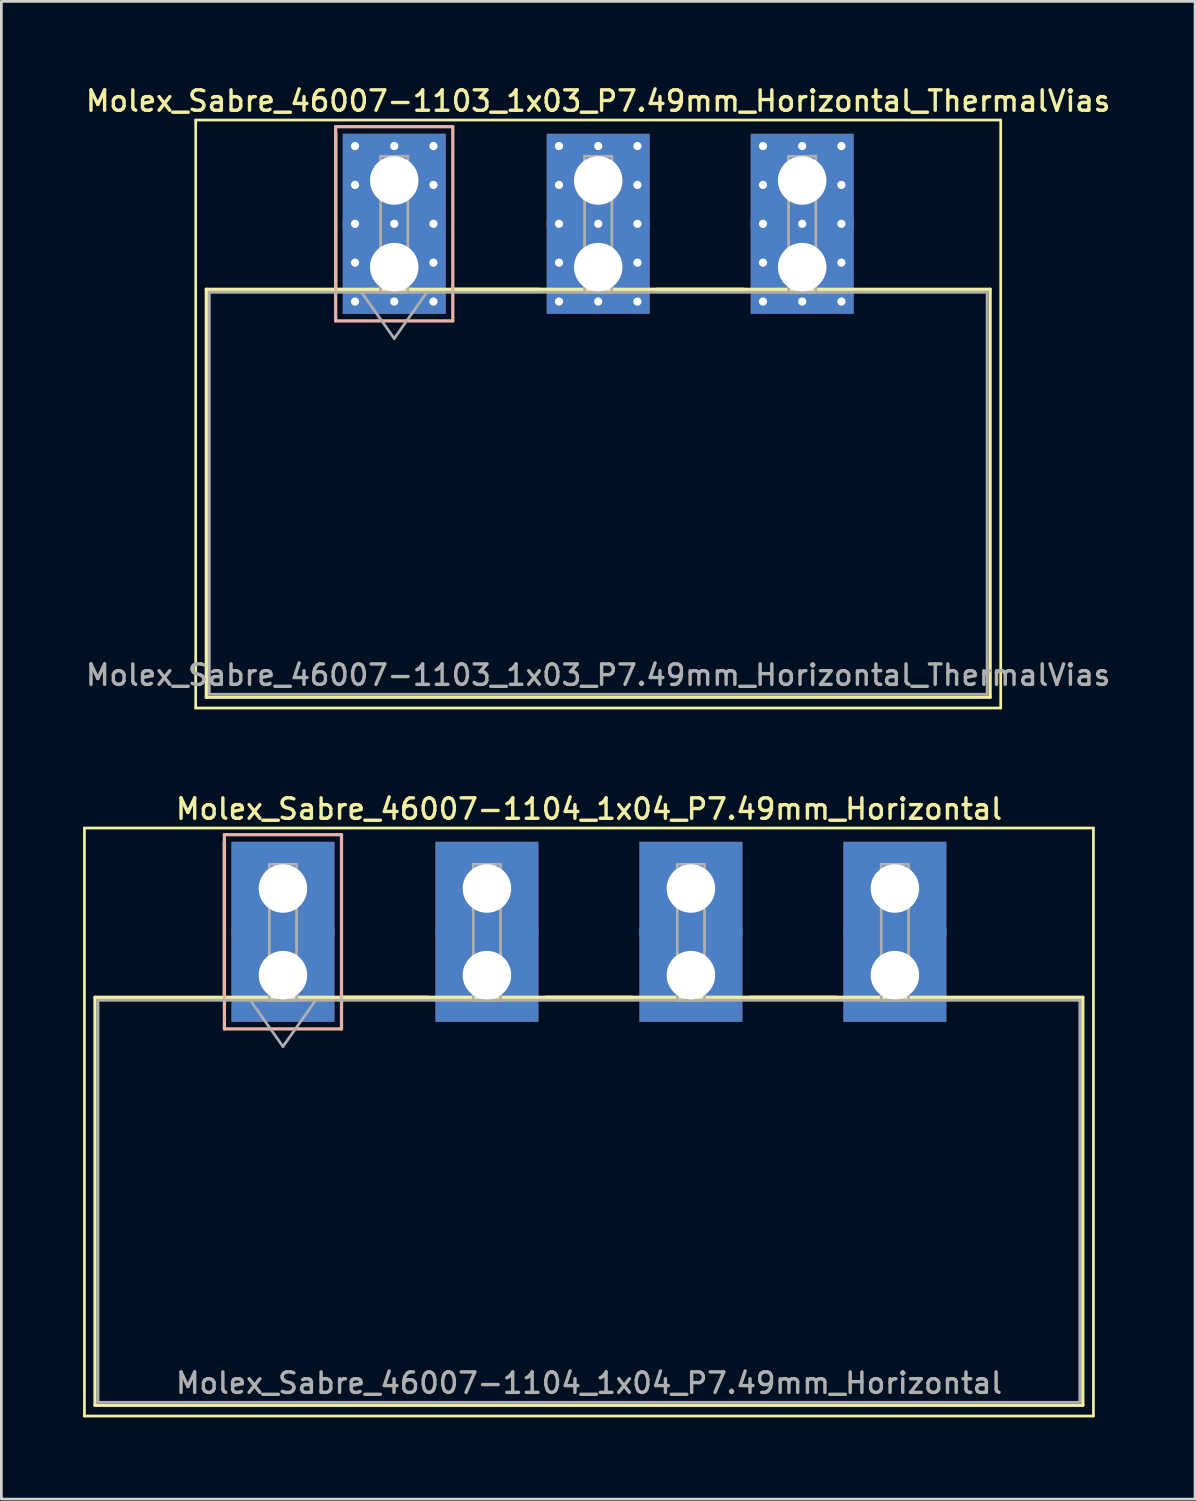
<source format=kicad_pcb>
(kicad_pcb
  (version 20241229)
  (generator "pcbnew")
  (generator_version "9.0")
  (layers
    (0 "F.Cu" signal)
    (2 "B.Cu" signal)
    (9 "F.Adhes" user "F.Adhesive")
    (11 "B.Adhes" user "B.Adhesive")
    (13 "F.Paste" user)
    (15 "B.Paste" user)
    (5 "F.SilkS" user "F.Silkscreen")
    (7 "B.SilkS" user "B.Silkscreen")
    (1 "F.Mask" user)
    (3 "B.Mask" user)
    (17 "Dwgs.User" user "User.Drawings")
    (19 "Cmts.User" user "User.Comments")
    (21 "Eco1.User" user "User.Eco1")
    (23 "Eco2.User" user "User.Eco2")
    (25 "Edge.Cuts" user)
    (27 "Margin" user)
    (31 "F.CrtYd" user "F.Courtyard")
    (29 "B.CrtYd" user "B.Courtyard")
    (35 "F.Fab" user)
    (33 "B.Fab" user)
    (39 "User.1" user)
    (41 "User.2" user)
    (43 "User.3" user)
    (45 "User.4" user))
  (footprint "Molex_Sabre_46007-1104_1x04_P7.49mm_Horizontal"
    (layer "F.Cu")
    (at 7.34 32.756)
    (property "Reference" "Molex_Sabre_46007-1104_1x04_P7.49mm_Horizontal" (at 11.24 -6.1 0) (layer "F.SilkS") (effects (font (size 0.75 0.75) (thickness 0.125))))
    (attr through_hole)
    (fp_line (start -7.29 -5.4) (end -7.29 16.19) (stroke (width 0.1) (type solid)) (layer "F.SilkS"))
    (fp_line (start -7.29 16.19) (end 29.76 16.19) (stroke (width 0.1) (type solid)) (layer "F.SilkS"))
    (fp_line (start -6.9 0.815) (end -6.9 15.795) (stroke (width 0.12) (type solid)) (layer "F.SilkS"))
    (fp_line (start -6.9 15.795) (end 29.37 15.795) (stroke (width 0.12) (type solid)) (layer "F.SilkS"))
    (fp_line (start -2.15 0.815) (end -2.15 -4.895) (stroke (width 0.12) (type solid)) (layer "F.SilkS"))
    (fp_line (start 2.15 0.815) (end 5.34 0.815) (stroke (width 0.12) (type solid)) (layer "F.SilkS"))
    (fp_line (start 9.64 0.815) (end 12.83 0.815) (stroke (width 0.12) (type solid)) (layer "F.SilkS"))
    (fp_line (start 17.13 0.815) (end 20.32 0.815) (stroke (width 0.12) (type solid)) (layer "F.SilkS"))
    (fp_line (start 29.37 0.815) (end -6.9 0.815) (stroke (width 0.12) (type solid)) (layer "F.SilkS"))
    (fp_line (start 29.37 15.795) (end 29.37 0.815) (stroke (width 0.12) (type solid)) (layer "F.SilkS"))
    (fp_line (start 29.76 -5.4) (end -7.29 -5.4) (stroke (width 0.1) (type solid)) (layer "F.SilkS"))
    (fp_line (start 29.76 16.19) (end 29.76 -5.4) (stroke (width 0.1) (type solid)) (layer "F.SilkS"))
    (fp_line (start -2.15 -5.155) (end -2.15 1.975) (stroke (width 0.12) (type solid)) (layer "B.SilkS"))
    (fp_line (start -2.15 1.975) (end 2.15 1.975) (stroke (width 0.12) (type solid)) (layer "B.SilkS"))
    (fp_line (start 2.15 -5.155) (end -2.15 -5.155) (stroke (width 0.12) (type solid)) (layer "B.SilkS"))
    (fp_line (start 2.15 1.975) (end 2.15 -5.155) (stroke (width 0.12) (type solid)) (layer "B.SilkS"))
    (fp_line (start -6.79 0.925) (end -6.79 15.685) (stroke (width 0.1) (type solid)) (layer "F.Fab"))
    (fp_line (start -6.79 15.685) (end 29.26 15.685) (stroke (width 0.1) (type solid)) (layer "F.Fab"))
    (fp_line (start -1.2 0.925) (end 0 2.622) (stroke (width 0.1) (type solid)) (layer "F.Fab"))
    (fp_line (start -0.5 -4.07) (end 0.5 -4.07) (stroke (width 0.1) (type solid)) (layer "F.Fab"))
    (fp_line (start -0.5 0.925) (end -0.5 -4.07) (stroke (width 0.1) (type solid)) (layer "F.Fab"))
    (fp_line (start 0 2.622) (end 1.2 0.925) (stroke (width 0.1) (type solid)) (layer "F.Fab"))
    (fp_line (start 0.5 -4.07) (end 0.5 0.925) (stroke (width 0.1) (type solid)) (layer "F.Fab"))
    (fp_line (start 0.5 0.925) (end -0.5 0.925) (stroke (width 0.1) (type solid)) (layer "F.Fab"))
    (fp_line (start 6.99 -4.07) (end 7.99 -4.07) (stroke (width 0.1) (type solid)) (layer "F.Fab"))
    (fp_line (start 6.99 0.925) (end 6.99 -4.07) (stroke (width 0.1) (type solid)) (layer "F.Fab"))
    (fp_line (start 7.99 -4.07) (end 7.99 0.925) (stroke (width 0.1) (type solid)) (layer "F.Fab"))
    (fp_line (start 7.99 0.925) (end 6.99 0.925) (stroke (width 0.1) (type solid)) (layer "F.Fab"))
    (fp_line (start 14.48 -4.07) (end 15.48 -4.07) (stroke (width 0.1) (type solid)) (layer "F.Fab"))
    (fp_line (start 14.48 0.925) (end 14.48 -4.07) (stroke (width 0.1) (type solid)) (layer "F.Fab"))
    (fp_line (start 15.48 -4.07) (end 15.48 0.925) (stroke (width 0.1) (type solid)) (layer "F.Fab"))
    (fp_line (start 15.48 0.925) (end 14.48 0.925) (stroke (width 0.1) (type solid)) (layer "F.Fab"))
    (fp_line (start 21.97 -4.07) (end 22.97 -4.07) (stroke (width 0.1) (type solid)) (layer "F.Fab"))
    (fp_line (start 21.97 0.925) (end 21.97 -4.07) (stroke (width 0.1) (type solid)) (layer "F.Fab"))
    (fp_line (start 22.97 -4.07) (end 22.97 0.925) (stroke (width 0.1) (type solid)) (layer "F.Fab"))
    (fp_line (start 22.97 0.925) (end 21.97 0.925) (stroke (width 0.1) (type solid)) (layer "F.Fab"))
    (fp_line (start 29.26 0.925) (end -6.79 0.925) (stroke (width 0.1) (type solid)) (layer "F.Fab"))
    (fp_line (start 29.26 15.685) (end 29.26 0.925) (stroke (width 0.1) (type solid)) (layer "F.Fab"))
    (fp_text user "${REFERENCE}" (at 11.24 14.98 0) (layer "F.Fab") (effects (font (size 0.75 0.75) (thickness 0.125))))
    (pad "1" thru_hole rect (at 0 -3.18) (size 3.78 3.43) (drill 1.78) (layers "*.Cu" "*.Mask"))
    (pad "1" thru_hole rect (at 0 0) (size 3.78 3.43) (drill 1.78) (layers "*.Cu" "*.Mask"))
    (pad "2" thru_hole rect (at 7.49 -3.18) (size 3.78 3.43) (drill 1.78) (layers "*.Cu" "*.Mask"))
    (pad "2" thru_hole rect (at 7.49 0) (size 3.78 3.43) (drill 1.78) (layers "*.Cu" "*.Mask"))
    (pad "3" thru_hole rect (at 14.98 -3.18) (size 3.78 3.43) (drill 1.78) (layers "*.Cu" "*.Mask"))
    (pad "3" thru_hole rect (at 14.98 0) (size 3.78 3.43) (drill 1.78) (layers "*.Cu" "*.Mask"))
    (pad "4" thru_hole rect (at 22.47 -3.18) (size 3.78 3.43) (drill 1.78) (layers "*.Cu" "*.Mask"))
    (pad "4" thru_hole rect (at 22.47 0) (size 3.78 3.43) (drill 1.78) (layers "*.Cu" "*.Mask")))
  (footprint "Molex_Sabre_46007-1103_1x03_P7.49mm_Horizontal_ThermalVias"
    (layer "F.Cu")
    (at 11.426 6.758)
    (property "Reference" "Molex_Sabre_46007-1103_1x03_P7.49mm_Horizontal_ThermalVias" (at 7.49 -6.1 0) (layer "F.SilkS") (effects (font (size 0.75 0.75) (thickness 0.125))))
    (attr through_hole)
    (fp_line (start -7.29 -5.4) (end -7.29 16.19) (stroke (width 0.1) (type solid)) (layer "F.SilkS"))
    (fp_line (start -7.29 16.19) (end 22.27 16.19) (stroke (width 0.1) (type solid)) (layer "F.SilkS"))
    (fp_line (start -6.9 0.815) (end -6.9 15.795) (stroke (width 0.12) (type solid)) (layer "F.SilkS"))
    (fp_line (start -6.9 15.795) (end 21.88 15.795) (stroke (width 0.12) (type solid)) (layer "F.SilkS"))
    (fp_line (start -2.15 0.815) (end -2.15 -4.895) (stroke (width 0.12) (type solid)) (layer "F.SilkS"))
    (fp_line (start 2.15 0.815) (end 5.34 0.815) (stroke (width 0.12) (type solid)) (layer "F.SilkS"))
    (fp_line (start 9.64 0.815) (end 12.83 0.815) (stroke (width 0.12) (type solid)) (layer "F.SilkS"))
    (fp_line (start 21.88 0.815) (end -6.9 0.815) (stroke (width 0.12) (type solid)) (layer "F.SilkS"))
    (fp_line (start 21.88 15.795) (end 21.88 0.815) (stroke (width 0.12) (type solid)) (layer "F.SilkS"))
    (fp_line (start 22.27 -5.4) (end -7.29 -5.4) (stroke (width 0.1) (type solid)) (layer "F.SilkS"))
    (fp_line (start 22.27 16.19) (end 22.27 -5.4) (stroke (width 0.1) (type solid)) (layer "F.SilkS"))
    (fp_line (start -2.15 -5.155) (end -2.15 1.975) (stroke (width 0.12) (type solid)) (layer "B.SilkS"))
    (fp_line (start -2.15 1.975) (end 2.15 1.975) (stroke (width 0.12) (type solid)) (layer "B.SilkS"))
    (fp_line (start 2.15 -5.155) (end -2.15 -5.155) (stroke (width 0.12) (type solid)) (layer "B.SilkS"))
    (fp_line (start 2.15 1.975) (end 2.15 -5.155) (stroke (width 0.12) (type solid)) (layer "B.SilkS"))
    (fp_line (start -6.79 0.925) (end -6.79 15.685) (stroke (width 0.1) (type solid)) (layer "F.Fab"))
    (fp_line (start -6.79 15.685) (end 21.77 15.685) (stroke (width 0.1) (type solid)) (layer "F.Fab"))
    (fp_line (start -1.2 0.925) (end 0 2.622) (stroke (width 0.1) (type solid)) (layer "F.Fab"))
    (fp_line (start -0.5 -4.07) (end 0.5 -4.07) (stroke (width 0.1) (type solid)) (layer "F.Fab"))
    (fp_line (start -0.5 0.925) (end -0.5 -4.07) (stroke (width 0.1) (type solid)) (layer "F.Fab"))
    (fp_line (start 0 2.622) (end 1.2 0.925) (stroke (width 0.1) (type solid)) (layer "F.Fab"))
    (fp_line (start 0.5 -4.07) (end 0.5 0.925) (stroke (width 0.1) (type solid)) (layer "F.Fab"))
    (fp_line (start 0.5 0.925) (end -0.5 0.925) (stroke (width 0.1) (type solid)) (layer "F.Fab"))
    (fp_line (start 6.99 -4.07) (end 7.99 -4.07) (stroke (width 0.1) (type solid)) (layer "F.Fab"))
    (fp_line (start 6.99 0.925) (end 6.99 -4.07) (stroke (width 0.1) (type solid)) (layer "F.Fab"))
    (fp_line (start 7.99 -4.07) (end 7.99 0.925) (stroke (width 0.1) (type solid)) (layer "F.Fab"))
    (fp_line (start 7.99 0.925) (end 6.99 0.925) (stroke (width 0.1) (type solid)) (layer "F.Fab"))
    (fp_line (start 14.48 -4.07) (end 15.48 -4.07) (stroke (width 0.1) (type solid)) (layer "F.Fab"))
    (fp_line (start 14.48 0.925) (end 14.48 -4.07) (stroke (width 0.1) (type solid)) (layer "F.Fab"))
    (fp_line (start 15.48 -4.07) (end 15.48 0.925) (stroke (width 0.1) (type solid)) (layer "F.Fab"))
    (fp_line (start 15.48 0.925) (end 14.48 0.925) (stroke (width 0.1) (type solid)) (layer "F.Fab"))
    (fp_line (start 21.77 0.925) (end -6.79 0.925) (stroke (width 0.1) (type solid)) (layer "F.Fab"))
    (fp_line (start 21.77 15.685) (end 21.77 0.925) (stroke (width 0.1) (type solid)) (layer "F.Fab"))
    (fp_text user "${REFERENCE}" (at 7.49 14.98 0) (layer "F.Fab") (effects (font (size 0.75 0.75) (thickness 0.125))))
    (pad "1" thru_hole rect (at -1.44 -4.445) (size 0.6 0.6) (drill 0.3) (layers "*.Cu" "*.Mask"))
    (pad "1" thru_hole rect (at -1.44 -3.018) (size 0.6 0.6) (drill 0.3) (layers "*.Cu" "*.Mask"))
    (pad "1" thru_hole rect (at -1.44 -1.59) (size 0.6 0.6) (drill 0.3) (layers "*.Cu" "*.Mask"))
    (pad "1" thru_hole rect (at -1.44 -0.163) (size 0.6 0.6) (drill 0.3) (layers "*.Cu" "*.Mask"))
    (pad "1" thru_hole rect (at -1.44 1.265) (size 0.6 0.6) (drill 0.3) (layers "*.Cu" "*.Mask"))
    (pad "1" thru_hole rect (at 0 -4.445) (size 0.6 0.6) (drill 0.3) (layers "*.Cu" "*.Mask"))
    (pad "1" thru_hole rect (at 0 -3.18) (size 3.78 3.43) (drill 1.78) (layers "*.Cu" "*.Mask"))
    (pad "1" thru_hole rect (at 0 -1.59) (size 0.6 0.6) (drill 0.3) (layers "*.Cu" "*.Mask"))
    (pad "1" thru_hole rect (at 0 0) (size 3.78 3.43) (drill 1.78) (layers "*.Cu" "*.Mask"))
    (pad "1" thru_hole rect (at 0 1.265) (size 0.6 0.6) (drill 0.3) (layers "*.Cu" "*.Mask"))
    (pad "1" thru_hole rect (at 1.44 -4.445) (size 0.6 0.6) (drill 0.3) (layers "*.Cu" "*.Mask"))
    (pad "1" thru_hole rect (at 1.44 -3.018) (size 0.6 0.6) (drill 0.3) (layers "*.Cu" "*.Mask"))
    (pad "1" thru_hole rect (at 1.44 -1.59) (size 0.6 0.6) (drill 0.3) (layers "*.Cu" "*.Mask"))
    (pad "1" thru_hole rect (at 1.44 -0.163) (size 0.6 0.6) (drill 0.3) (layers "*.Cu" "*.Mask"))
    (pad "1" thru_hole rect (at 1.44 1.265) (size 0.6 0.6) (drill 0.3) (layers "*.Cu" "*.Mask"))
    (pad "2" thru_hole circle (at 6.05 -4.445) (size 0.6 0.6) (drill 0.3) (layers "*.Cu" "*.Mask"))
    (pad "2" thru_hole circle (at 6.05 -3.018) (size 0.6 0.6) (drill 0.3) (layers "*.Cu" "*.Mask"))
    (pad "2" thru_hole circle (at 6.05 -1.59) (size 0.6 0.6) (drill 0.3) (layers "*.Cu" "*.Mask"))
    (pad "2" thru_hole circle (at 6.05 -0.163) (size 0.6 0.6) (drill 0.3) (layers "*.Cu" "*.Mask"))
    (pad "2" thru_hole circle (at 6.05 1.265) (size 0.6 0.6) (drill 0.3) (layers "*.Cu" "*.Mask"))
    (pad "2" thru_hole circle (at 7.49 -4.445) (size 0.6 0.6) (drill 0.3) (layers "*.Cu" "*.Mask"))
    (pad "2" thru_hole rect (at 7.49 -3.18) (size 3.78 3.43) (drill 1.78) (layers "*.Cu" "*.Mask"))
    (pad "2" thru_hole circle (at 7.49 -1.59) (size 0.6 0.6) (drill 0.3) (layers "*.Cu" "*.Mask"))
    (pad "2" thru_hole rect (at 7.49 0) (size 3.78 3.43) (drill 1.78) (layers "*.Cu" "*.Mask"))
    (pad "2" thru_hole circle (at 7.49 1.265) (size 0.6 0.6) (drill 0.3) (layers "*.Cu" "*.Mask"))
    (pad "2" thru_hole circle (at 8.93 -4.445) (size 0.6 0.6) (drill 0.3) (layers "*.Cu" "*.Mask"))
    (pad "2" thru_hole circle (at 8.93 -3.018) (size 0.6 0.6) (drill 0.3) (layers "*.Cu" "*.Mask"))
    (pad "2" thru_hole circle (at 8.93 -1.59) (size 0.6 0.6) (drill 0.3) (layers "*.Cu" "*.Mask"))
    (pad "2" thru_hole circle (at 8.93 -0.163) (size 0.6 0.6) (drill 0.3) (layers "*.Cu" "*.Mask"))
    (pad "2" thru_hole circle (at 8.93 1.265) (size 0.6 0.6) (drill 0.3) (layers "*.Cu" "*.Mask"))
    (pad "3" thru_hole circle (at 13.54 -4.445) (size 0.6 0.6) (drill 0.3) (layers "*.Cu" "*.Mask"))
    (pad "3" thru_hole circle (at 13.54 -3.018) (size 0.6 0.6) (drill 0.3) (layers "*.Cu" "*.Mask"))
    (pad "3" thru_hole circle (at 13.54 -1.59) (size 0.6 0.6) (drill 0.3) (layers "*.Cu" "*.Mask"))
    (pad "3" thru_hole circle (at 13.54 -0.163) (size 0.6 0.6) (drill 0.3) (layers "*.Cu" "*.Mask"))
    (pad "3" thru_hole circle (at 13.54 1.265) (size 0.6 0.6) (drill 0.3) (layers "*.Cu" "*.Mask"))
    (pad "3" thru_hole circle (at 14.98 -4.445) (size 0.6 0.6) (drill 0.3) (layers "*.Cu" "*.Mask"))
    (pad "3" thru_hole rect (at 14.98 -3.18) (size 3.78 3.43) (drill 1.78) (layers "*.Cu" "*.Mask"))
    (pad "3" thru_hole circle (at 14.98 -1.59) (size 0.6 0.6) (drill 0.3) (layers "*.Cu" "*.Mask"))
    (pad "3" thru_hole rect (at 14.98 0) (size 3.78 3.43) (drill 1.78) (layers "*.Cu" "*.Mask"))
    (pad "3" thru_hole circle (at 14.98 1.265) (size 0.6 0.6) (drill 0.3) (layers "*.Cu" "*.Mask"))
    (pad "3" thru_hole circle (at 16.42 -4.445) (size 0.6 0.6) (drill 0.3) (layers "*.Cu" "*.Mask"))
    (pad "3" thru_hole circle (at 16.42 -3.018) (size 0.6 0.6) (drill 0.3) (layers "*.Cu" "*.Mask"))
    (pad "3" thru_hole circle (at 16.42 -1.59) (size 0.6 0.6) (drill 0.3) (layers "*.Cu" "*.Mask"))
    (pad "3" thru_hole circle (at 16.42 -0.163) (size 0.6 0.6) (drill 0.3) (layers "*.Cu" "*.Mask"))
    (pad "3" thru_hole circle (at 16.42 1.265) (size 0.6 0.6) (drill 0.3) (layers "*.Cu" "*.Mask")))
  (gr_rect
    (start -3 -3)
    (end 40.832 51.996)
    (stroke (width 0.1) (type default))
    (fill no)
    (layer "Edge.Cuts")))
</source>
